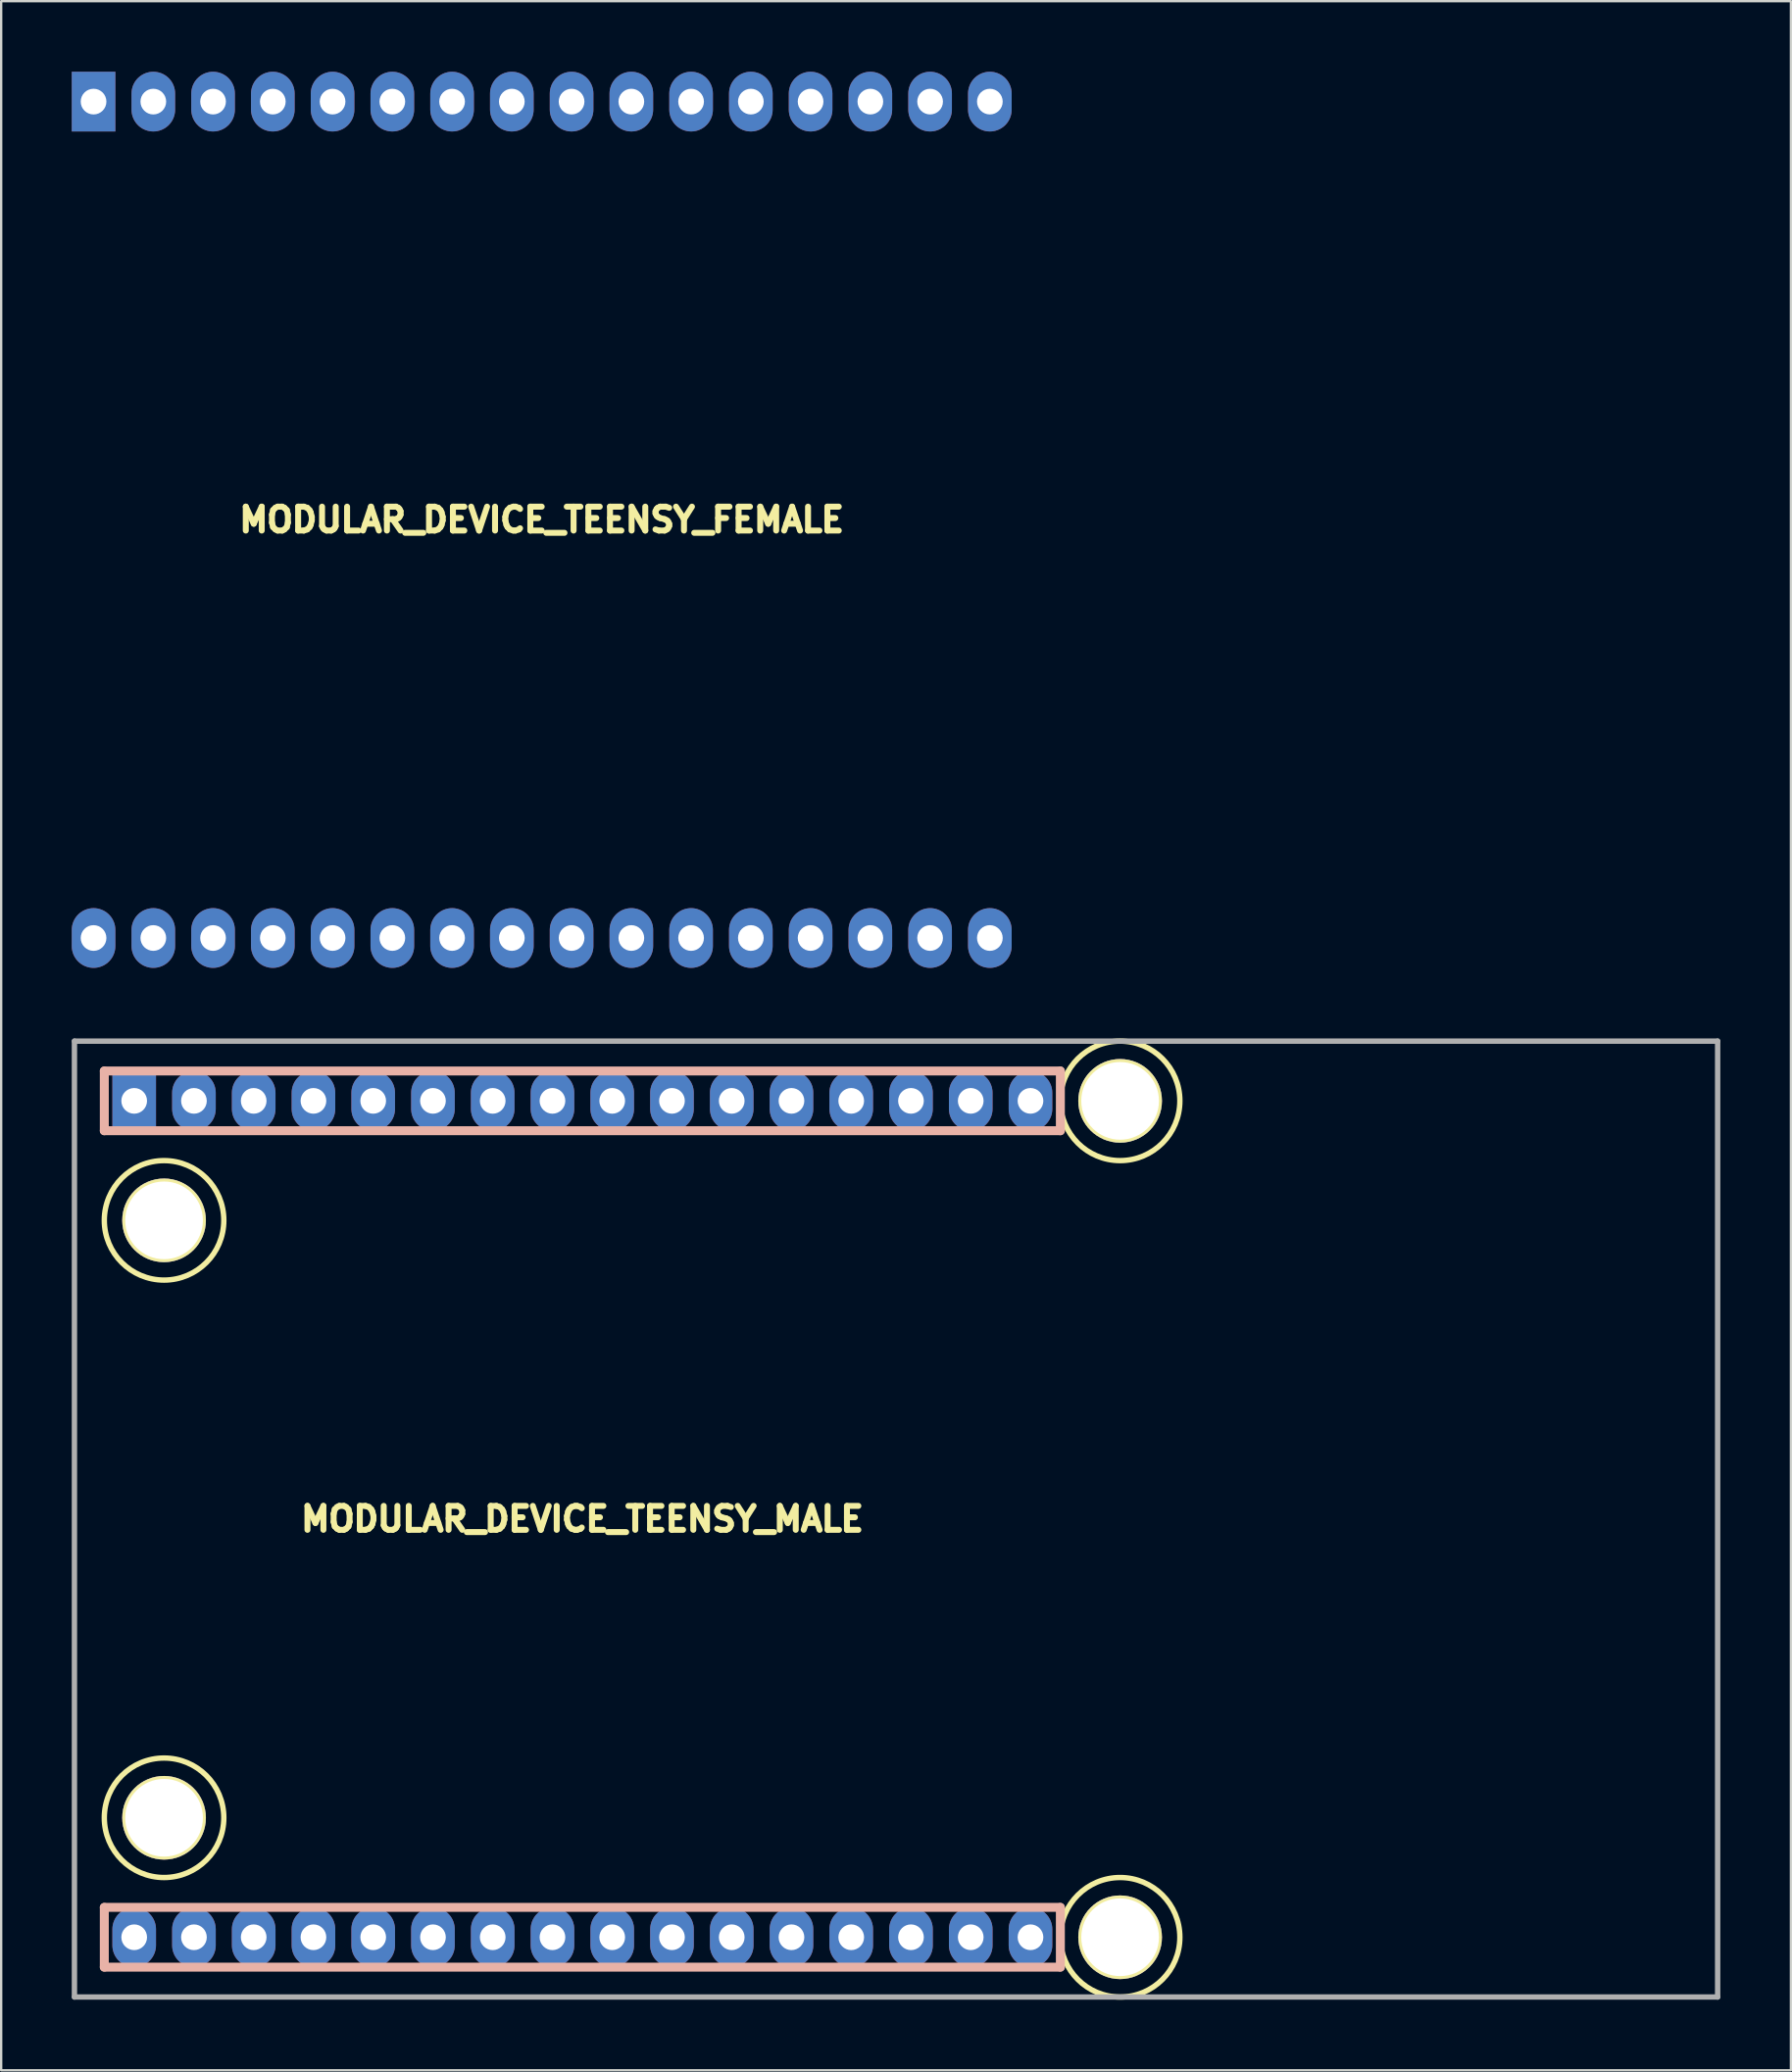
<source format=kicad_pcb>
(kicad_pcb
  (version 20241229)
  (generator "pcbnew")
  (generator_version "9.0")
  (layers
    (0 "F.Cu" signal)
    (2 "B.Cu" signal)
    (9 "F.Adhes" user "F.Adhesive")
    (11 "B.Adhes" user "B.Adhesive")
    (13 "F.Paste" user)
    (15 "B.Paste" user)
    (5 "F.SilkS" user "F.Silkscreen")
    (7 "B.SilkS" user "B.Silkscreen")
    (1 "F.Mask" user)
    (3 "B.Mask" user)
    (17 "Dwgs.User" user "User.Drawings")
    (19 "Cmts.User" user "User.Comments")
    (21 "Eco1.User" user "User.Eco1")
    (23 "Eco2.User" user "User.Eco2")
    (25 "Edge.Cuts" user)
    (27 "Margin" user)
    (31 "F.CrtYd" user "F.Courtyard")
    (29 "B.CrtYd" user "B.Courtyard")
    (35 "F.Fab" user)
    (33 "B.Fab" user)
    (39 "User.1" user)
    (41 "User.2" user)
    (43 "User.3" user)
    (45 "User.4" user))
  (footprint "MODULAR_DEVICE_TEENSY_FEMALE"
    (layer "F.Cu")
    (at 19.977 19.05)
    (property "Reference" "MODULAR_DEVICE_TEENSY_FEMALE" (at 0 0 0) (layer "F.SilkS") (effects (font (size 1.016 1.016) (thickness 0.254))))
    (attr through_hole)
    (pad "2" thru_hole oval (at -8.89 -17.78) (size 1.854 2.54) (drill 1.092) (layers "*.Cu" "*.Mask"))
    (pad "3" thru_hole oval (at -6.35 -17.78) (size 1.854 2.54) (drill 1.092) (layers "*.Cu" "*.Mask"))
    (pad "3V3" thru_hole oval (at -11.43 17.78) (size 1.854 2.54) (drill 1.092) (layers "*.Cu" "*.Mask"))
    (pad "4" thru_hole oval (at -3.81 -17.78) (size 1.854 2.54) (drill 1.092) (layers "*.Cu" "*.Mask"))
    (pad "5" thru_hole oval (at -1.27 -17.78) (size 1.854 2.54) (drill 1.092) (layers "*.Cu" "*.Mask"))
    (pad "6" thru_hole oval (at 1.27 -17.78) (size 1.854 2.54) (drill 1.092) (layers "*.Cu" "*.Mask"))
    (pad "9" thru_hole oval (at 8.89 -17.78) (size 1.854 2.54) (drill 1.092) (layers "*.Cu" "*.Mask"))
    (pad "10" thru_hole oval (at 11.43 -17.78) (size 1.854 2.54) (drill 1.092) (layers "*.Cu" "*.Mask"))
    (pad "11" thru_hole oval (at 13.97 -17.78) (size 1.854 2.54) (drill 1.092) (layers "*.Cu" "*.Mask"))
    (pad "12" thru_hole oval (at 16.51 -17.78) (size 1.854 2.54) (drill 1.092) (layers "*.Cu" "*.Mask"))
    (pad "13" thru_hole oval (at 16.51 17.78) (size 1.854 2.54) (drill 1.092) (layers "*.Cu" "*.Mask"))
    (pad "14" thru_hole oval (at 13.97 17.78) (size 1.854 2.54) (drill 1.092) (layers "*.Cu" "*.Mask"))
    (pad "15" thru_hole oval (at 11.43 17.78) (size 1.854 2.54) (drill 1.092) (layers "*.Cu" "*.Mask"))
    (pad "16" thru_hole oval (at 8.89 17.78) (size 1.854 2.54) (drill 1.092) (layers "*.Cu" "*.Mask"))
    (pad "17" thru_hole oval (at 6.35 17.78) (size 1.854 2.54) (drill 1.092) (layers "*.Cu" "*.Mask"))
    (pad "18" thru_hole oval (at 3.81 17.78) (size 1.854 2.54) (drill 1.092) (layers "*.Cu" "*.Mask"))
    (pad "19" thru_hole oval (at 1.27 17.78) (size 1.854 2.54) (drill 1.092) (layers "*.Cu" "*.Mask"))
    (pad "20" thru_hole oval (at -1.27 17.78) (size 1.854 2.54) (drill 1.092) (layers "*.Cu" "*.Mask"))
    (pad "21" thru_hole oval (at -3.81 17.78) (size 1.854 2.54) (drill 1.092) (layers "*.Cu" "*.Mask"))
    (pad "22" thru_hole oval (at -6.35 17.78) (size 1.854 2.54) (drill 1.092) (layers "*.Cu" "*.Mask"))
    (pad "23" thru_hole oval (at -8.89 17.78) (size 1.854 2.54) (drill 1.092) (layers "*.Cu" "*.Mask"))
    (pad "24" thru_hole oval (at -13.97 -17.78) (size 1.854 2.54) (drill 1.092) (layers "*.Cu" "*.Mask"))
    (pad "25" thru_hole oval (at -11.43 -17.78) (size 1.854 2.54) (drill 1.092) (layers "*.Cu" "*.Mask"))
    (pad "28" thru_hole oval (at 19.05 -17.78) (size 1.854 2.54) (drill 1.092) (layers "*.Cu" "*.Mask"))
    (pad "29" thru_hole oval (at 6.35 -17.78) (size 1.854 2.54) (drill 1.092) (layers "*.Cu" "*.Mask"))
    (pad "30" thru_hole oval (at 3.81 -17.78) (size 1.854 2.54) (drill 1.092) (layers "*.Cu" "*.Mask"))
    (pad "AGND" thru_hole oval (at -13.97 17.78) (size 1.854 2.54) (drill 1.092) (layers "*.Cu" "*.Mask"))
    (pad "AREF" thru_hole oval (at -19.05 17.78) (size 1.854 2.54) (drill 1.092) (layers "*.Cu" "*.Mask"))
    (pad "DAC" thru_hole oval (at 19.05 17.78) (size 1.854 2.54) (drill 1.092) (layers "*.Cu" "*.Mask"))
    (pad "GND" thru_hole oval (at -16.51 -17.78) (size 1.854 2.54) (drill 1.092) (layers "*.Cu" "*.Mask"))
    (pad "VDD" thru_hole rect (at -19.05 -17.78) (size 1.854 2.54) (drill 1.092) (layers "*.Cu" "*.Mask"))
    (pad "VEE" thru_hole oval (at -16.51 17.78) (size 1.854 2.54) (drill 1.092) (layers "*.Cu" "*.Mask")))
  (footprint "MODULAR_DEVICE_TEENSY_MALE"
    (layer "F.Cu")
    (at 21.704 61.534)
    (property "Reference" "MODULAR_DEVICE_TEENSY_MALE" (at 0 0 0) (layer "F.SilkS") (effects (font (size 1.016 1.016) (thickness 0.254))))
    (attr through_hole)
    (fp_circle (center -17.78 -12.7) (end -15.24 -12.7) (stroke (width 0.229) (type solid)) (fill no) (layer "F.SilkS"))
    (fp_circle (center -17.78 12.7) (end -15.24 12.7) (stroke (width 0.229) (type solid)) (fill no) (layer "F.SilkS"))
    (fp_circle (center 22.86 -17.78) (end 25.4 -17.78) (stroke (width 0.229) (type solid)) (fill no) (layer "F.SilkS"))
    (fp_circle (center 22.86 17.78) (end 25.4 17.78) (stroke (width 0.229) (type solid)) (fill no) (layer "F.SilkS"))
    (fp_line (start -20.32 -19.05) (end -20.32 -16.51) (stroke (width 0.381) (type solid)) (layer "B.SilkS"))
    (fp_line (start -20.32 -16.51) (end 20.32 -16.51) (stroke (width 0.381) (type solid)) (layer "B.SilkS"))
    (fp_line (start -20.32 16.51) (end -20.32 19.05) (stroke (width 0.381) (type solid)) (layer "B.SilkS"))
    (fp_line (start -20.32 19.05) (end 20.32 19.05) (stroke (width 0.381) (type solid)) (layer "B.SilkS"))
    (fp_line (start 20.32 -19.05) (end -20.32 -19.05) (stroke (width 0.381) (type solid)) (layer "B.SilkS"))
    (fp_line (start 20.32 -16.51) (end 20.32 -19.05) (stroke (width 0.381) (type solid)) (layer "B.SilkS"))
    (fp_line (start 20.32 16.51) (end -20.32 16.51) (stroke (width 0.381) (type solid)) (layer "B.SilkS"))
    (fp_line (start 20.32 19.05) (end 20.32 16.51) (stroke (width 0.381) (type solid)) (layer "B.SilkS"))
    (fp_line (start -21.59 -20.32) (end -21.59 20.32) (stroke (width 0.229) (type solid)) (layer "F.Fab"))
    (fp_line (start -21.59 20.32) (end 48.26 20.32) (stroke (width 0.229) (type solid)) (layer "F.Fab"))
    (fp_line (start 48.26 -20.32) (end -21.59 -20.32) (stroke (width 0.229) (type solid)) (layer "F.Fab"))
    (fp_line (start 48.26 20.32) (end 48.26 -20.32) (stroke (width 0.229) (type solid)) (layer "F.Fab"))
    (pad "" thru_hole circle (at -17.78 -12.7) (size 3.556 3.556) (drill 3.302) (layers "*.Cu" "*.Mask" "F.SilkS"))
    (pad "" thru_hole circle (at -17.78 12.7) (size 3.556 3.556) (drill 3.302) (layers "*.Cu" "*.Mask" "F.SilkS"))
    (pad "" thru_hole circle (at 22.86 -17.78) (size 3.556 3.556) (drill 3.302) (layers "*.Cu" "*.Mask" "F.SilkS"))
    (pad "" thru_hole circle (at 22.86 17.78) (size 3.556 3.556) (drill 3.302) (layers "*.Cu" "*.Mask" "F.SilkS"))
    (pad "2" thru_hole oval (at -8.89 -17.78) (size 1.854 2.54) (drill 1.092) (layers "*.Cu" "*.Mask"))
    (pad "3" thru_hole oval (at -6.35 -17.78) (size 1.854 2.54) (drill 1.092) (layers "*.Cu" "*.Mask"))
    (pad "3V3" thru_hole oval (at -11.43 17.78) (size 1.854 2.54) (drill 1.092) (layers "*.Cu" "*.Mask"))
    (pad "4" thru_hole oval (at -3.81 -17.78) (size 1.854 2.54) (drill 1.092) (layers "*.Cu" "*.Mask"))
    (pad "5" thru_hole oval (at -1.27 -17.78) (size 1.854 2.54) (drill 1.092) (layers "*.Cu" "*.Mask"))
    (pad "6" thru_hole oval (at 1.27 -17.78) (size 1.854 2.54) (drill 1.092) (layers "*.Cu" "*.Mask"))
    (pad "9" thru_hole oval (at 8.89 -17.78) (size 1.854 2.54) (drill 1.092) (layers "*.Cu" "*.Mask"))
    (pad "10" thru_hole oval (at 11.43 -17.78) (size 1.854 2.54) (drill 1.092) (layers "*.Cu" "*.Mask"))
    (pad "11" thru_hole oval (at 13.97 -17.78) (size 1.854 2.54) (drill 1.092) (layers "*.Cu" "*.Mask"))
    (pad "12" thru_hole oval (at 16.51 -17.78) (size 1.854 2.54) (drill 1.092) (layers "*.Cu" "*.Mask"))
    (pad "13" thru_hole oval (at 16.51 17.78) (size 1.854 2.54) (drill 1.092) (layers "*.Cu" "*.Mask"))
    (pad "14" thru_hole oval (at 13.97 17.78) (size 1.854 2.54) (drill 1.092) (layers "*.Cu" "*.Mask"))
    (pad "15" thru_hole oval (at 11.43 17.78) (size 1.854 2.54) (drill 1.092) (layers "*.Cu" "*.Mask"))
    (pad "16" thru_hole oval (at 8.89 17.78) (size 1.854 2.54) (drill 1.092) (layers "*.Cu" "*.Mask"))
    (pad "17" thru_hole oval (at 6.35 17.78) (size 1.854 2.54) (drill 1.092) (layers "*.Cu" "*.Mask"))
    (pad "18" thru_hole oval (at 3.81 17.78) (size 1.854 2.54) (drill 1.092) (layers "*.Cu" "*.Mask"))
    (pad "19" thru_hole oval (at 1.27 17.78) (size 1.854 2.54) (drill 1.092) (layers "*.Cu" "*.Mask"))
    (pad "20" thru_hole oval (at -1.27 17.78) (size 1.854 2.54) (drill 1.092) (layers "*.Cu" "*.Mask"))
    (pad "21" thru_hole oval (at -3.81 17.78) (size 1.854 2.54) (drill 1.092) (layers "*.Cu" "*.Mask"))
    (pad "22" thru_hole oval (at -6.35 17.78) (size 1.854 2.54) (drill 1.092) (layers "*.Cu" "*.Mask"))
    (pad "23" thru_hole oval (at -8.89 17.78) (size 1.854 2.54) (drill 1.092) (layers "*.Cu" "*.Mask"))
    (pad "24" thru_hole oval (at -13.97 -17.78) (size 1.854 2.54) (drill 1.092) (layers "*.Cu" "*.Mask"))
    (pad "25" thru_hole oval (at -11.43 -17.78) (size 1.854 2.54) (drill 1.092) (layers "*.Cu" "*.Mask"))
    (pad "28" thru_hole oval (at 19.05 -17.78) (size 1.854 2.54) (drill 1.092) (layers "*.Cu" "*.Mask"))
    (pad "29" thru_hole oval (at 6.35 -17.78) (size 1.854 2.54) (drill 1.092) (layers "*.Cu" "*.Mask"))
    (pad "30" thru_hole oval (at 3.81 -17.78) (size 1.854 2.54) (drill 1.092) (layers "*.Cu" "*.Mask"))
    (pad "AGND" thru_hole oval (at -13.97 17.78) (size 1.854 2.54) (drill 1.092) (layers "*.Cu" "*.Mask"))
    (pad "AREF" thru_hole oval (at -19.05 17.78) (size 1.854 2.54) (drill 1.092) (layers "*.Cu" "*.Mask"))
    (pad "DAC" thru_hole oval (at 19.05 17.78) (size 1.854 2.54) (drill 1.092) (layers "*.Cu" "*.Mask"))
    (pad "GND" thru_hole oval (at -16.51 -17.78) (size 1.854 2.54) (drill 1.092) (layers "*.Cu" "*.Mask"))
    (pad "VDD" thru_hole rect (at -19.05 -17.78) (size 1.854 2.54) (drill 1.092) (layers "*.Cu" "*.Mask"))
    (pad "VEE" thru_hole oval (at -16.51 17.78) (size 1.854 2.54) (drill 1.092) (layers "*.Cu" "*.Mask")))
  (gr_rect
    (start -3 -3)
    (end 73.079 84.969)
    (stroke (width 0.1) (type default))
    (fill no)
    (layer "Edge.Cuts")))
</source>
